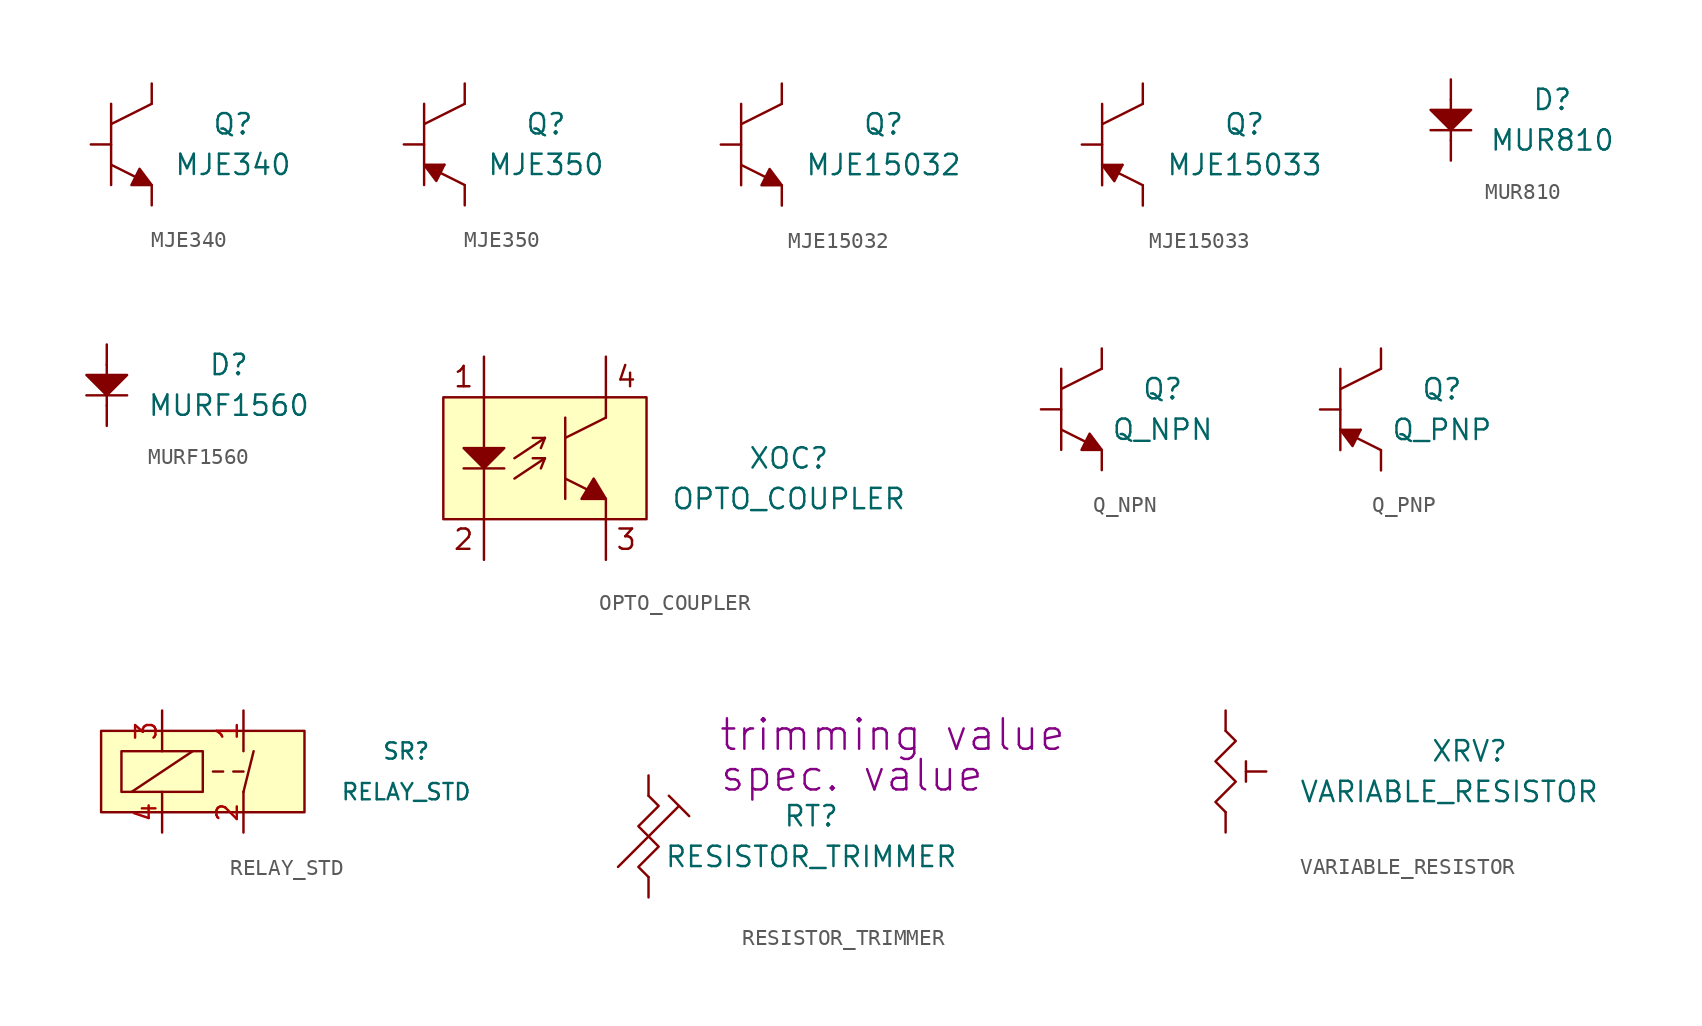
<source format=kicad_sym>
(kicad_symbol_lib
  (version 20211014)
  (generator kicad_symbol_editor)
  (symbol "MJE340"
    (pin_numbers hide)
    (pin_names
      (offset 1.016) hide)
    (property "Reference" "Q"
      (at 5.08 1.27 0)
      (effects (font (size 1.27 1.27))))
    (property "Value" "MJE340"
      (at 5.08 -1.27 0)
      (effects (font (size 1.27 1.27))))
    (symbol "MJE340_0_1"
      (polyline (pts (xy -2.54 -1.27) (xy -1.016 -2.032)) (stroke (width 0) (type default) (color 0 0 0 0)) (fill (type none)))
      (polyline (pts (xy -2.54 2.54) (xy -2.54 -2.54)) (stroke (width 0) (type default) (color 0 0 0 0)) (fill (type none)))
      (polyline (pts (xy 0 2.54) (xy -2.54 1.27)) (stroke (width 0) (type default) (color 0 0 0 0)) (fill (type none)))
      (polyline (pts (xy 0 -2.54) (xy -0.762 -1.524) (xy -1.27 -2.54) (xy 0 -2.54)) (stroke (width 0) (type default) (color 0 0 0 0)) (fill (type outline))))
    (symbol "MJE340_1_1"
      (pin passive line (at 0 3.81 270) (length 1.27) (name "C" (effects (font (size 1.27 1.27)))) (number "1" (effects (font (size 1.27 1.27)))))
      (pin passive line (at -3.81 0 0) (length 1.27) (name "B" (effects (font (size 1.27 1.27)))) (number "2" (effects (font (size 1.27 1.27)))))
      (pin passive line (at 0 -3.81 90) (length 1.27) (name "E" (effects (font (size 1.27 1.27)))) (number "3" (effects (font (size 1.27 1.27)))))))
  (symbol "MJE350"
    (pin_numbers hide)
    (pin_names
      (offset 1.016) hide)
    (property "Reference" "Q"
      (at 5.08 1.27 0)
      (effects (font (size 1.27 1.27))))
    (property "Value" "MJE350"
      (at 5.08 -1.27 0)
      (effects (font (size 1.27 1.27))))
    (symbol "MJE350_0_1"
      (polyline (pts (xy -2.54 -1.27) (xy -1.27 -1.27)) (stroke (width 0) (type default) (color 0 0 0 0)) (fill (type outline)))
      (polyline (pts (xy -2.54 2.54) (xy -2.54 -2.54)) (stroke (width 0) (type default) (color 0 0 0 0)) (fill (type none)))
      (polyline (pts (xy -1.524 -1.778) (xy 0 -2.54)) (stroke (width 0) (type default) (color 0 0 0 0)) (fill (type none)))
      (polyline (pts (xy 0 2.54) (xy -2.54 1.27)) (stroke (width 0) (type default) (color 0 0 0 0)) (fill (type none)))
      (polyline (pts (xy -1.27 -1.27) (xy -1.778 -2.286) (xy -2.54 -1.27)) (stroke (width 0) (type default) (color 0 0 0 0)) (fill (type outline))))
    (symbol "MJE350_1_1"
      (pin passive line (at 0 3.81 270) (length 1.27) (name "C" (effects (font (size 1.27 1.27)))) (number "1" (effects (font (size 1.27 1.27)))))
      (pin passive line (at -3.81 0 0) (length 1.27) (name "B" (effects (font (size 1.27 1.27)))) (number "2" (effects (font (size 1.27 1.27)))))
      (pin passive line (at 0 -3.81 90) (length 1.27) (name "E" (effects (font (size 1.27 1.27)))) (number "3" (effects (font (size 1.27 1.27)))))))
  (symbol "MJE15032"
    (pin_numbers hide)
    (pin_names
      (offset 1.016) hide)
    (property "Reference" "Q"
      (at 6.35 1.27 0)
      (effects (font (size 1.27 1.27))))
    (property "Value" "MJE15032"
      (at 6.35 -1.27 0)
      (effects (font (size 1.27 1.27))))
    (symbol "MJE15032_0_1"
      (polyline (pts (xy -2.54 -1.27) (xy -1.016 -2.032)) (stroke (width 0) (type default) (color 0 0 0 0)) (fill (type none)))
      (polyline (pts (xy -2.54 2.54) (xy -2.54 -2.54)) (stroke (width 0) (type default) (color 0 0 0 0)) (fill (type none)))
      (polyline (pts (xy 0 2.54) (xy -2.54 1.27)) (stroke (width 0) (type default) (color 0 0 0 0)) (fill (type none)))
      (polyline (pts (xy 0 -2.54) (xy -0.762 -1.524) (xy -1.27 -2.54) (xy 0 -2.54)) (stroke (width 0) (type default) (color 0 0 0 0)) (fill (type outline))))
    (symbol "MJE15032_1_1"
      (pin passive line (at 0 3.81 270) (length 1.27) (name "C" (effects (font (size 1.27 1.27)))) (number "1" (effects (font (size 1.27 1.27)))))
      (pin passive line (at -3.81 0 0) (length 1.27) (name "B" (effects (font (size 1.27 1.27)))) (number "2" (effects (font (size 1.27 1.27)))))
      (pin passive line (at 0 -3.81 90) (length 1.27) (name "E" (effects (font (size 1.27 1.27)))) (number "3" (effects (font (size 1.27 1.27)))))))
  (symbol "MJE15033"
    (pin_numbers hide)
    (pin_names
      (offset 1.016) hide)
    (property "Reference" "Q"
      (at 6.35 1.27 0)
      (effects (font (size 1.27 1.27))))
    (property "Value" "MJE15033"
      (at 6.35 -1.27 0)
      (effects (font (size 1.27 1.27))))
    (symbol "MJE15033_0_1"
      (polyline (pts (xy -2.54 -1.27) (xy -1.27 -1.27)) (stroke (width 0) (type default) (color 0 0 0 0)) (fill (type outline)))
      (polyline (pts (xy -2.54 2.54) (xy -2.54 -2.54)) (stroke (width 0) (type default) (color 0 0 0 0)) (fill (type none)))
      (polyline (pts (xy -1.524 -1.778) (xy 0 -2.54)) (stroke (width 0) (type default) (color 0 0 0 0)) (fill (type none)))
      (polyline (pts (xy 0 2.54) (xy -2.54 1.27)) (stroke (width 0) (type default) (color 0 0 0 0)) (fill (type none)))
      (polyline (pts (xy -1.27 -1.27) (xy -1.778 -2.286) (xy -2.54 -1.27)) (stroke (width 0) (type default) (color 0 0 0 0)) (fill (type outline))))
    (symbol "MJE15033_1_1"
      (pin passive line (at 0 3.81 270) (length 1.27) (name "C" (effects (font (size 1.27 1.27)))) (number "1" (effects (font (size 1.27 1.27)))))
      (pin passive line (at -3.81 0 0) (length 1.27) (name "B" (effects (font (size 1.27 1.27)))) (number "2" (effects (font (size 1.27 1.27)))))
      (pin passive line (at 0 -3.81 90) (length 1.27) (name "E" (effects (font (size 1.27 1.27)))) (number "3" (effects (font (size 1.27 1.27)))))))
  (symbol "MUR810"
    (pin_numbers hide)
    (pin_names
      (offset 1.016) hide)
    (property "Reference" "D"
      (at 6.35 1.27 0)
      (effects (font (size 1.27 1.27))))
    (property "Value" "MUR810"
      (at 6.35 -1.27 0)
      (effects (font (size 1.27 1.27))))
    (symbol "MUR810_0_1"
      (polyline (pts (xy -1.27 -0.635) (xy 1.27 -0.635)) (stroke (width 0) (type default) (color 0 0 0 0)) (fill (type none)))
      (polyline (pts (xy 0 1.27) (xy 0 -1.27)) (stroke (width 0) (type default) (color 0 0 0 0)) (fill (type none)))
      (polyline (pts (xy -1.27 0.635) (xy 1.27 0.635) (xy 0 -0.635) (xy -1.27 0.635)) (stroke (width 0) (type default) (color 0 0 0 0)) (fill (type outline))))
    (symbol "MUR810_1_1"
      (pin passive line (at 0 2.54 270) (length 1.27) (name "A" (effects (font (size 1.27 1.27)))) (number "1" (effects (font (size 1.27 1.27)))))
      (pin passive line (at 0 -2.54 90) (length 1.27) (name "K" (effects (font (size 1.27 1.27)))) (number "2" (effects (font (size 1.27 1.27)))))))
  (symbol "MURF1560"
    (pin_numbers hide)
    (pin_names
      (offset 1.016) hide)
    (property "Reference" "D"
      (at 7.62 1.27 0)
      (effects (font (size 1.27 1.27))))
    (property "Value" "MURF1560"
      (at 7.62 -1.27 0)
      (effects (font (size 1.27 1.27))))
    (symbol "MURF1560_0_1"
      (polyline (pts (xy -1.27 -0.635) (xy 1.27 -0.635)) (stroke (width 0) (type default) (color 0 0 0 0)) (fill (type none)))
      (polyline (pts (xy 0 1.27) (xy 0 -1.27)) (stroke (width 0) (type default) (color 0 0 0 0)) (fill (type none)))
      (polyline (pts (xy -1.27 0.635) (xy 1.27 0.635) (xy 0 -0.635) (xy -1.27 0.635)) (stroke (width 0) (type default) (color 0 0 0 0)) (fill (type outline))))
    (symbol "MURF1560_1_1"
      (pin passive line (at 0 2.54 270) (length 1.27) (name "A" (effects (font (size 1.27 1.27)))) (number "1" (effects (font (size 1.27 1.27)))))
      (pin passive line (at 0 -2.54 90) (length 1.27) (name "K" (effects (font (size 1.27 1.27)))) (number "2" (effects (font (size 1.27 1.27)))))))
  (symbol "OPTO_COUPLER"
    (pin_numbers hide)
    (pin_names
      (offset 1.016) hide)
    (property "Reference" "XOC"
      (at 15.24 0 0)
      (effects (font (size 1.27 1.27))))
    (property "Value" "OPTO_COUPLER"
      (at 15.24 -2.54 0)
      (effects (font (size 1.27 1.27))))
    (symbol "OPTO_COUPLER_0_0"
      (polyline (pts (xy 1.27 -1.27) (xy 3.81 -2.54)) (stroke (width 0) (type default) (color 0 0 0 0)) (fill (type none)))
      (polyline (pts (xy 1.27 2.54) (xy 1.27 -2.54)) (stroke (width 0) (type default) (color 0 0 0 0)) (fill (type none)))
      (polyline (pts (xy 3.81 2.54) (xy 1.27 1.27)) (stroke (width 0) (type default) (color 0 0 0 0)) (fill (type none)))
      (polyline (pts (xy 3.81 -2.54) (xy 2.286 -2.54) (xy 3.048 -1.27) (xy 3.81 -2.54)) (stroke (width 0) (type default) (color 0 0 0 0)) (fill (type outline)))
      (polyline (pts (xy -6.35 3.81) (xy 6.35 3.81) (xy 6.35 -3.81) (xy -6.35 -3.81) (xy -6.35 3.81)) (stroke (width 0) (type default) (color 0 0 0 0)) (fill (type background)))
      (text "1" (at -5.08 5.08 0) (effects (font (size 1.27 1.27))))
      (text "2" (at -5.08 -5.08 0) (effects (font (size 1.27 1.27))))
      (text "3" (at 5.08 -5.08 0) (effects (font (size 1.27 1.27))))
      (text "4" (at 5.08 5.08 0) (effects (font (size 1.27 1.27)))))
    (symbol "OPTO_COUPLER_0_1"
      (polyline (pts (xy -5.08 -0.635) (xy -2.54 -0.635)) (stroke (width 0) (type default) (color 0 0 0 0)) (fill (type none)))
      (polyline (pts (xy -3.81 3.81) (xy -3.81 -3.81)) (stroke (width 0) (type default) (color 0 0 0 0)) (fill (type none)))
      (polyline (pts (xy -1.905 -1.27) (xy 0 0)) (stroke (width 0) (type default) (color 0 0 0 0)) (fill (type none)))
      (polyline (pts (xy -1.905 0) (xy 0 1.27)) (stroke (width 0) (type default) (color 0 0 0 0)) (fill (type none)))
      (polyline (pts (xy 0 0) (xy -0.762 0)) (stroke (width 0) (type default) (color 0 0 0 0)) (fill (type none)))
      (polyline (pts (xy 0 0) (xy -0.254 -0.635)) (stroke (width 0) (type default) (color 0 0 0 0)) (fill (type none)))
      (polyline (pts (xy 0 1.27) (xy -0.762 1.27)) (stroke (width 0) (type default) (color 0 0 0 0)) (fill (type none)))
      (polyline (pts (xy 0 1.27) (xy -0.254 0.635)) (stroke (width 0) (type default) (color 0 0 0 0)) (fill (type none)))
      (polyline (pts (xy 3.81 -3.81) (xy 3.81 -2.54)) (stroke (width 0) (type default) (color 0 0 0 0)) (fill (type none)))
      (polyline (pts (xy 3.81 2.54) (xy 3.81 3.81)) (stroke (width 0) (type default) (color 0 0 0 0)) (fill (type none)))
      (polyline (pts (xy -5.08 0.635) (xy -2.54 0.635) (xy -3.81 -0.635) (xy -5.08 0.635)) (stroke (width 0) (type default) (color 0 0 0 0)) (fill (type outline))))
    (symbol "OPTO_COUPLER_1_1"
      (pin passive line (at -3.81 6.35 270) (length 2.54) (name "1" (effects (font (size 1.27 1.27)))) (number "1" (effects (font (size 1.27 1.27)))))
      (pin passive line (at -3.81 -6.35 90) (length 2.54) (name "2" (effects (font (size 1.27 1.27)))) (number "2" (effects (font (size 1.27 1.27)))))
      (pin passive line (at 3.81 -6.35 90) (length 2.54) (name "3" (effects (font (size 1.27 1.27)))) (number "3" (effects (font (size 1.27 1.27)))))
      (pin passive line (at 3.81 6.35 270) (length 2.54) (name "4" (effects (font (size 1.27 1.27)))) (number "4" (effects (font (size 1.27 1.27)))))))
  (symbol "Q_NPN"
    (pin_numbers hide)
    (pin_names
      (offset 1.016) hide)
    (property "Reference" "Q"
      (at 3.81 1.27 0)
      (effects (font (size 1.27 1.27))))
    (property "Value" "Q_NPN"
      (at 3.81 -1.27 0)
      (effects (font (size 1.27 1.27))))
    (symbol "Q_NPN_0_1"
      (polyline (pts (xy -2.54 -1.27) (xy -1.016 -2.032)) (stroke (width 0) (type default) (color 0 0 0 0)) (fill (type none)))
      (polyline (pts (xy -2.54 2.54) (xy -2.54 -2.54)) (stroke (width 0) (type default) (color 0 0 0 0)) (fill (type none)))
      (polyline (pts (xy 0 2.54) (xy -2.54 1.27)) (stroke (width 0) (type default) (color 0 0 0 0)) (fill (type none)))
      (polyline (pts (xy 0 -2.54) (xy -0.762 -1.524) (xy -1.27 -2.54) (xy 0 -2.54)) (stroke (width 0) (type default) (color 0 0 0 0)) (fill (type outline))))
    (symbol "Q_NPN_1_1"
      (pin passive line (at 0 3.81 270) (length 1.27) (name "C" (effects (font (size 1.27 1.27)))) (number "1" (effects (font (size 1.27 1.27)))))
      (pin passive line (at -3.81 0 0) (length 1.27) (name "B" (effects (font (size 1.27 1.27)))) (number "2" (effects (font (size 1.27 1.27)))))
      (pin passive line (at 0 -3.81 90) (length 1.27) (name "E" (effects (font (size 1.27 1.27)))) (number "3" (effects (font (size 1.27 1.27)))))))
  (symbol "Q_PNP"
    (pin_numbers hide)
    (pin_names
      (offset 1.016) hide)
    (property "Reference" "Q"
      (at 3.81 1.27 0)
      (effects (font (size 1.27 1.27))))
    (property "Value" "Q_PNP"
      (at 3.81 -1.27 0)
      (effects (font (size 1.27 1.27))))
    (symbol "Q_PNP_0_1"
      (polyline (pts (xy -2.54 -1.27) (xy -1.27 -1.27)) (stroke (width 0) (type default) (color 0 0 0 0)) (fill (type outline)))
      (polyline (pts (xy -2.54 2.54) (xy -2.54 -2.54)) (stroke (width 0) (type default) (color 0 0 0 0)) (fill (type none)))
      (polyline (pts (xy -1.524 -1.778) (xy 0 -2.54)) (stroke (width 0) (type default) (color 0 0 0 0)) (fill (type none)))
      (polyline (pts (xy 0 2.54) (xy -2.54 1.27)) (stroke (width 0) (type default) (color 0 0 0 0)) (fill (type none)))
      (polyline (pts (xy -1.27 -1.27) (xy -1.778 -2.286) (xy -2.54 -1.27)) (stroke (width 0) (type default) (color 0 0 0 0)) (fill (type outline))))
    (symbol "Q_PNP_1_1"
      (pin passive line (at 0 3.81 270) (length 1.27) (name "C" (effects (font (size 1.27 1.27)))) (number "1" (effects (font (size 1.27 1.27)))))
      (pin passive line (at -3.81 0 0) (length 1.27) (name "B" (effects (font (size 1.27 1.27)))) (number "2" (effects (font (size 1.27 1.27)))))
      (pin passive line (at 0 -3.81 90) (length 1.27) (name "E" (effects (font (size 1.27 1.27)))) (number "3" (effects (font (size 1.27 1.27)))))))
  (symbol "RELAY_STD"
    (pin_names
      (offset 1.016) hide)
    (property "Reference" "SR"
      (at 12.7 1.27 0)
      (effects (font (size 1.016 1.016))))
    (property "Value" "RELAY_STD"
      (at 12.7 -1.27 0)
      (effects (font (size 1.016 1.016))))
    (symbol "RELAY_STD_0_1"
      (rectangle (start -6.35 2.54) (end 6.35 -2.54) (stroke (width 0) (type default) (color 0 0 0 0)) (fill (type background)))
      (polyline (pts (xy -0.635 1.27) (xy -4.445 -1.27)) (stroke (width 0) (type default) (color 0 0 0 0)) (fill (type none)))
      (polyline (pts (xy 0.635 0) (xy 1.27 0)) (stroke (width 0) (type default) (color 0 0 0 0)) (fill (type none)))
      (polyline (pts (xy 1.905 0) (xy 2.54 0)) (stroke (width 0) (type default) (color 0 0 0 0)) (fill (type none)))
      (polyline (pts (xy 2.54 -1.27) (xy 3.175 1.27)) (stroke (width 0) (type default) (color 0 0 0 0)) (fill (type none)))
      (rectangle (start 0 1.27) (end -5.08 -1.27) (stroke (width 0) (type default) (color 0 0 0 0)) (fill (type none))))
    (symbol "RELAY_STD_1_1"
      (pin passive line (at 2.54 3.81 270) (length 2.54) (name "1" (effects (font (size 1.27 1.27)))) (number "1" (effects (font (size 1.27 1.27)))))
      (pin passive line (at 2.54 -3.81 90) (length 2.54) (name "2" (effects (font (size 1.27 1.27)))) (number "2" (effects (font (size 1.27 1.27)))))
      (pin passive line (at -2.54 3.81 270) (length 2.54) (name "3" (effects (font (size 1.27 1.27)))) (number "3" (effects (font (size 1.27 1.27)))))
      (pin passive line (at -2.54 -3.81 90) (length 2.54) (name "4" (effects (font (size 1.27 1.27)))) (number "4" (effects (font (size 1.27 1.27)))))))
  (symbol "RESISTOR_TRIMMER"
    (pin_numbers hide)
    (pin_names
      (offset 1.016) hide)
    (property "Reference" "RT"
      (at 10.16 1.27 0)
      (effects (font (size 1.27 1.27))))
    (property "Value" "RESISTOR_TRIMMER"
      (at 10.16 -1.27 0)
      (effects (font (size 1.27 1.27))))
    (property "Specification Value" "spec. value"
      (at 12.7 3.81 0)
      (effects (font (size 1.905 1.905))))
    (property "Trimming" "trimming value"
      (at 15.24 6.35 0)
      (effects (font (size 1.905 1.905))))
    (symbol "RESISTOR_TRIMMER_0_1"
      (polyline (pts (xy -1.905 -1.905) (xy 1.905 1.905)) (stroke (width 0) (type default) (color 0 0 0 0)) (fill (type none)))
      (polyline (pts (xy 1.27 2.54) (xy 2.54 1.27)) (stroke (width 0) (type default) (color 0 0 0 0)) (fill (type none)))
      (polyline (pts (xy 0 2.54) (xy 0.635 1.905) (xy -0.635 0.635) (xy 0.635 -0.635) (xy -0.635 -1.905) (xy 0 -2.54)) (stroke (width 0) (type default) (color 0 0 0 0)) (fill (type none))))
    (symbol "RESISTOR_TRIMMER_1_1"
      (pin passive line (at 0 3.81 270) (length 1.27) (name "1" (effects (font (size 1.27 1.27)))) (number "1" (effects (font (size 1.27 1.27)))))
      (pin passive line (at 0 -3.81 90) (length 1.27) (name "2" (effects (font (size 1.27 1.27)))) (number "2" (effects (font (size 1.27 1.27)))))))
  (symbol "VARIABLE_RESISTOR"
    (pin_numbers hide)
    (pin_names
      (offset 1.016) hide)
    (property "Reference" "XRV"
      (at 15.24 1.27 0)
      (effects (font (size 1.27 1.27))))
    (property "Value" "VARIABLE_RESISTOR"
      (at 13.97 -1.27 0)
      (effects (font (size 1.27 1.27))))
    (symbol "VARIABLE_RESISTOR_0_1"
      (polyline (pts (xy 1.27 0.635) (xy 1.27 -0.635)) (stroke (width 0) (type default) (color 0 0 0 0)) (fill (type none)))
      (polyline (pts (xy 0 2.54) (xy 0.635 1.905) (xy -0.635 0.635) (xy 0.635 -0.635) (xy -0.635 -1.905) (xy 0 -2.54)) (stroke (width 0) (type default) (color 0 0 0 0)) (fill (type none))))
    (symbol "VARIABLE_RESISTOR_1_1"
      (pin passive line (at 0 3.81 270) (length 1.27) (name "1" (effects (font (size 1.27 1.27)))) (number "1" (effects (font (size 1.27 1.27)))))
      (pin passive line (at 2.54 0 180) (length 1.27) (name "2" (effects (font (size 1.27 1.27)))) (number "2" (effects (font (size 1.27 1.27)))))
      (pin passive line (at 0 -3.81 90) (length 1.27) (name "3" (effects (font (size 1.27 1.27)))) (number "3" (effects (font (size 1.27 1.27))))))))
</source>
